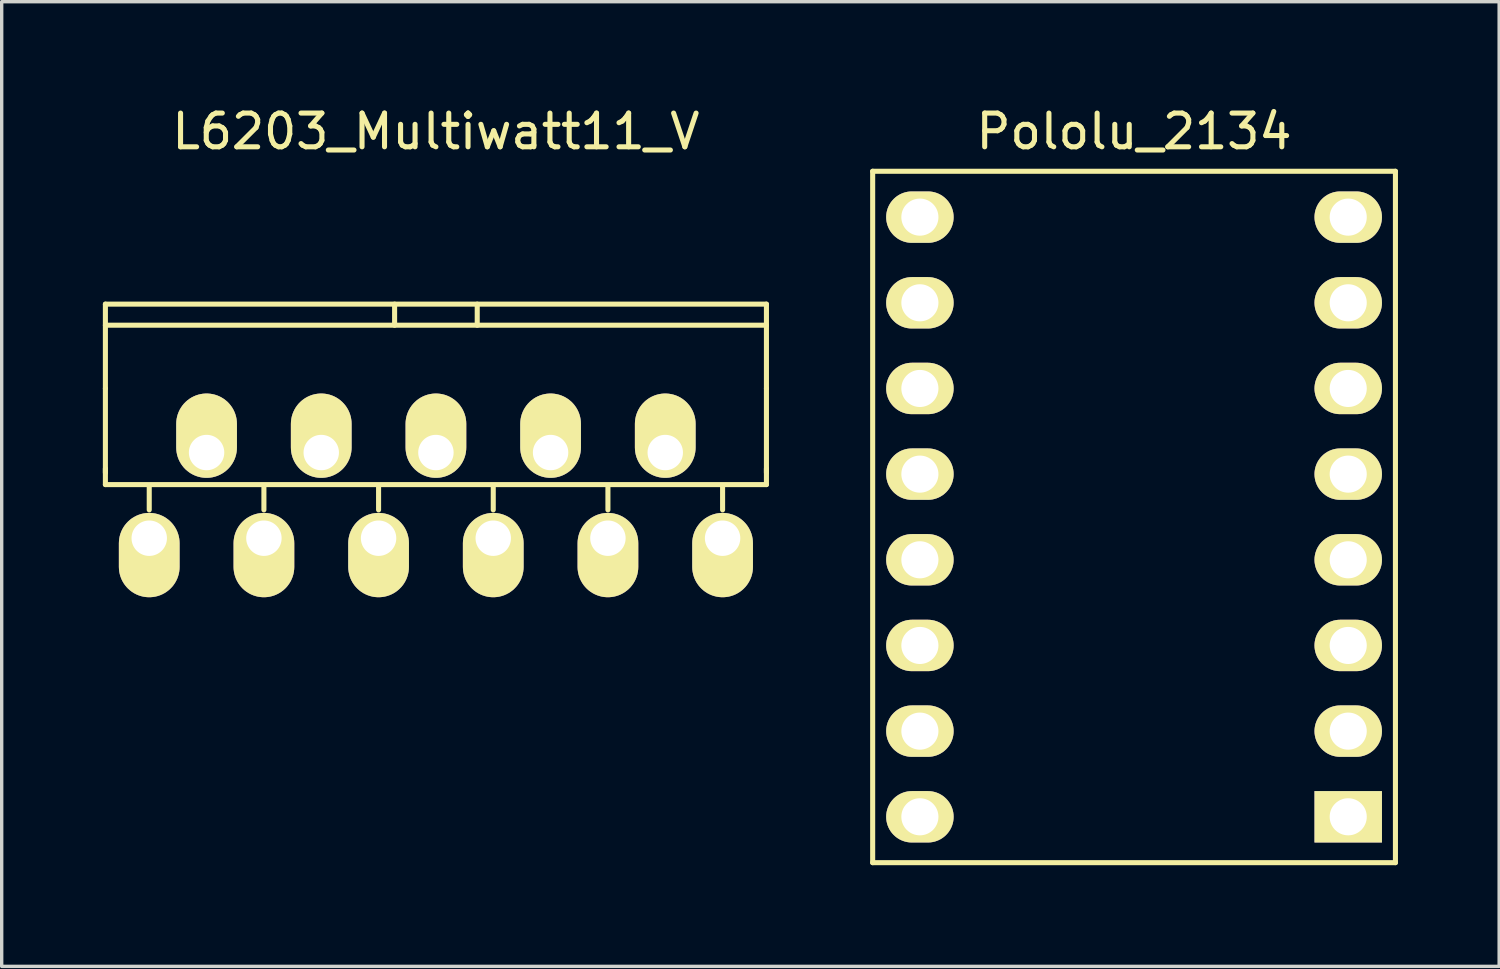
<source format=kicad_pcb>
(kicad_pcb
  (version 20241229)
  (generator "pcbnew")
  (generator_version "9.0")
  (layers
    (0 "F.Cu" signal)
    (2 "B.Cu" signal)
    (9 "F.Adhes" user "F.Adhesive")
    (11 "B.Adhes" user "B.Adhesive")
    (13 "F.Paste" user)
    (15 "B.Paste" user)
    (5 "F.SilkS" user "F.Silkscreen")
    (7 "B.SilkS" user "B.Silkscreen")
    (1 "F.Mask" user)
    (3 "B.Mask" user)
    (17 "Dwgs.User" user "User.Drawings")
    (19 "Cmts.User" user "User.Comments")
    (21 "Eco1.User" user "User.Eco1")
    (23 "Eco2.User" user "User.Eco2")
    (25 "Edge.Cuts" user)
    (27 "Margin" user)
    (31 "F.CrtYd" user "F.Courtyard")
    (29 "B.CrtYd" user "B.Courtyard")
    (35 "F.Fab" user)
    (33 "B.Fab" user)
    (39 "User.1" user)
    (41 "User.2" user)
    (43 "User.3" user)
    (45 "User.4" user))
  (footprint "L6203_Multiwatt11_V"
    (layer "F.Cu")
    (at 9.875 8.468)
    (property "Reference" "L6203_Multiwatt11_V" (at 0 -7.62 0) (layer "F.SilkS") (effects (font (size 1 1) (thickness 0.15))))
    (attr through_hole)
    (fp_line (start -9.8 -2.5) (end -9.8 0) (stroke (width 0.15) (type solid)) (layer "F.SilkS"))
    (fp_line (start -9.8 -1.875) (end 9.8 -1.875) (stroke (width 0.15) (type solid)) (layer "F.SilkS"))
    (fp_line (start -9.8 0) (end -9.8 2.5) (stroke (width 0.15) (type solid)) (layer "F.SilkS"))
    (fp_line (start -9.8 2.85) (end -9.8 2.375) (stroke (width 0.15) (type solid)) (layer "F.SilkS"))
    (fp_line (start -8.5 3.6) (end -8.5 2.9) (stroke (width 0.15) (type solid)) (layer "F.SilkS"))
    (fp_line (start -5.1 3.6) (end -5.1 2.9) (stroke (width 0.15) (type solid)) (layer "F.SilkS"))
    (fp_line (start -1.7 3.6) (end -1.7 2.9) (stroke (width 0.15) (type solid)) (layer "F.SilkS"))
    (fp_line (start -1.225 -2.5) (end -1.225 -1.875) (stroke (width 0.15) (type solid)) (layer "F.SilkS"))
    (fp_line (start 1.225 -2.5) (end 1.225 -1.875) (stroke (width 0.15) (type solid)) (layer "F.SilkS"))
    (fp_line (start 1.7 3.6) (end 1.7 2.9) (stroke (width 0.15) (type solid)) (layer "F.SilkS"))
    (fp_line (start 5.1 3.6) (end 5.1 2.9) (stroke (width 0.15) (type solid)) (layer "F.SilkS"))
    (fp_line (start 8.5 3.6) (end 8.5 2.9) (stroke (width 0.15) (type solid)) (layer "F.SilkS"))
    (fp_line (start 9.8 -2.5) (end -9.8 -2.5) (stroke (width 0.15) (type solid)) (layer "F.SilkS"))
    (fp_line (start 9.8 0) (end 9.8 -2.5) (stroke (width 0.15) (type solid)) (layer "F.SilkS"))
    (fp_line (start 9.8 0) (end 9.8 2.5) (stroke (width 0.15) (type solid)) (layer "F.SilkS"))
    (fp_line (start 9.8 2.85) (end -9.8 2.85) (stroke (width 0.15) (type solid)) (layer "F.SilkS"))
    (fp_line (start 9.8 2.85) (end 9.8 2.375) (stroke (width 0.15) (type solid)) (layer "F.SilkS"))
    (pad "1" thru_hole oval (at -8.5 4.44) (size 1.8 2.5) (drill 1.05 (offset 0 0.5)) (layers "*.Cu" "*.Mask" "F.SilkS"))
    (pad "2" thru_hole oval (at -6.8 1.9) (size 1.8 2.5) (drill 1.05 (offset 0 -0.5)) (layers "*.Cu" "*.Mask" "F.SilkS"))
    (pad "3" thru_hole oval (at -5.1 4.44) (size 1.8 2.5) (drill 1.05 (offset 0 0.5)) (layers "*.Cu" "*.Mask" "F.SilkS"))
    (pad "4" thru_hole oval (at -3.4 1.9) (size 1.8 2.5) (drill 1.05 (offset 0 -0.5)) (layers "*.Cu" "*.Mask" "F.SilkS"))
    (pad "5" thru_hole oval (at -1.7 4.44) (size 1.8 2.5) (drill 1.05 (offset 0 0.5)) (layers "*.Cu" "*.Mask" "F.SilkS"))
    (pad "6" thru_hole oval (at 0 1.9) (size 1.8 2.5) (drill 1.05 (offset 0 -0.5)) (layers "*.Cu" "*.Mask" "F.SilkS"))
    (pad "7" thru_hole oval (at 1.7 4.44) (size 1.8 2.5) (drill 1.05 (offset 0 0.5)) (layers "*.Cu" "*.Mask" "F.SilkS"))
    (pad "8" thru_hole oval (at 3.4 1.9) (size 1.8 2.5) (drill 1.05 (offset 0 -0.5)) (layers "*.Cu" "*.Mask" "F.SilkS"))
    (pad "9" thru_hole oval (at 5.1 4.44) (size 1.8 2.5) (drill 1.05 (offset 0 0.5)) (layers "*.Cu" "*.Mask" "F.SilkS"))
    (pad "10" thru_hole oval (at 6.8 1.9) (size 1.8 2.5) (drill 1.05 (offset 0 -0.5)) (layers "*.Cu" "*.Mask" "F.SilkS"))
    (pad "11" thru_hole oval (at 8.5 4.44) (size 1.8 2.5) (drill 1.05 (offset 0 0.5)) (layers "*.Cu" "*.Mask" "F.SilkS")))
  (footprint "Pololu_2134"
    (layer "F.Cu")
    (at 30.575 12.278)
    (property "Reference" "Pololu_2134" (at 0 -11.43 0) (layer "F.SilkS") (effects (font (size 1 1) (thickness 0.15))))
    (attr through_hole)
    (fp_line (start -7.75 -10.25) (end -7.75 10.25) (stroke (width 0.15) (type solid)) (layer "F.SilkS"))
    (fp_line (start -7.75 10.25) (end 7.75 10.25) (stroke (width 0.15) (type solid)) (layer "F.SilkS"))
    (fp_line (start 7.75 -10.25) (end -7.75 -10.25) (stroke (width 0.15) (type solid)) (layer "F.SilkS"))
    (fp_line (start 7.75 10.25) (end 7.75 -10.25) (stroke (width 0.15) (type solid)) (layer "F.SilkS"))
    (pad "1" thru_hole rect (at 6.35 8.89) (size 2 1.524) (drill 1.1) (layers "*.Cu" "*.Mask" "F.SilkS"))
    (pad "2" thru_hole oval (at 6.35 6.35) (size 2 1.524) (drill 1.1) (layers "*.Cu" "*.Mask" "F.SilkS"))
    (pad "3" thru_hole oval (at 6.35 3.81) (size 2 1.524) (drill 1.1) (layers "*.Cu" "*.Mask" "F.SilkS"))
    (pad "4" thru_hole oval (at 6.35 1.27) (size 2 1.524) (drill 1.1) (layers "*.Cu" "*.Mask" "F.SilkS"))
    (pad "5" thru_hole oval (at 6.35 -1.27) (size 2 1.524) (drill 1.1) (layers "*.Cu" "*.Mask" "F.SilkS"))
    (pad "6" thru_hole oval (at 6.35 -3.81) (size 2 1.524) (drill 1.1) (layers "*.Cu" "*.Mask" "F.SilkS"))
    (pad "7" thru_hole oval (at 6.35 -6.35) (size 2 1.524) (drill 1.1) (layers "*.Cu" "*.Mask" "F.SilkS"))
    (pad "8" thru_hole oval (at 6.35 -8.89) (size 2 1.524) (drill 1.1) (layers "*.Cu" "*.Mask" "F.SilkS"))
    (pad "9" thru_hole oval (at -6.35 -8.89) (size 2 1.524) (drill 1.1) (layers "*.Cu" "*.Mask" "F.SilkS"))
    (pad "10" thru_hole oval (at -6.35 -6.35) (size 2 1.524) (drill 1.1) (layers "*.Cu" "*.Mask" "F.SilkS"))
    (pad "11" thru_hole oval (at -6.35 -3.81) (size 2 1.524) (drill 1.1) (layers "*.Cu" "*.Mask" "F.SilkS"))
    (pad "12" thru_hole oval (at -6.35 -1.27) (size 2 1.524) (drill 1.1) (layers "*.Cu" "*.Mask" "F.SilkS"))
    (pad "13" thru_hole oval (at -6.35 1.27) (size 2 1.524) (drill 1.1) (layers "*.Cu" "*.Mask" "F.SilkS"))
    (pad "14" thru_hole oval (at -6.35 3.81) (size 2 1.524) (drill 1.1) (layers "*.Cu" "*.Mask" "F.SilkS"))
    (pad "15" thru_hole oval (at -6.35 6.35) (size 2 1.524) (drill 1.1) (layers "*.Cu" "*.Mask" "F.SilkS"))
    (pad "16" thru_hole oval (at -6.35 8.89) (size 2 1.524) (drill 1.1) (layers "*.Cu" "*.Mask" "F.SilkS")))
  (gr_rect
    (start -3 -3)
    (end 41.4 25.603)
    (stroke (width 0.1) (type default))
    (fill no)
    (layer "Edge.Cuts")))
</source>
